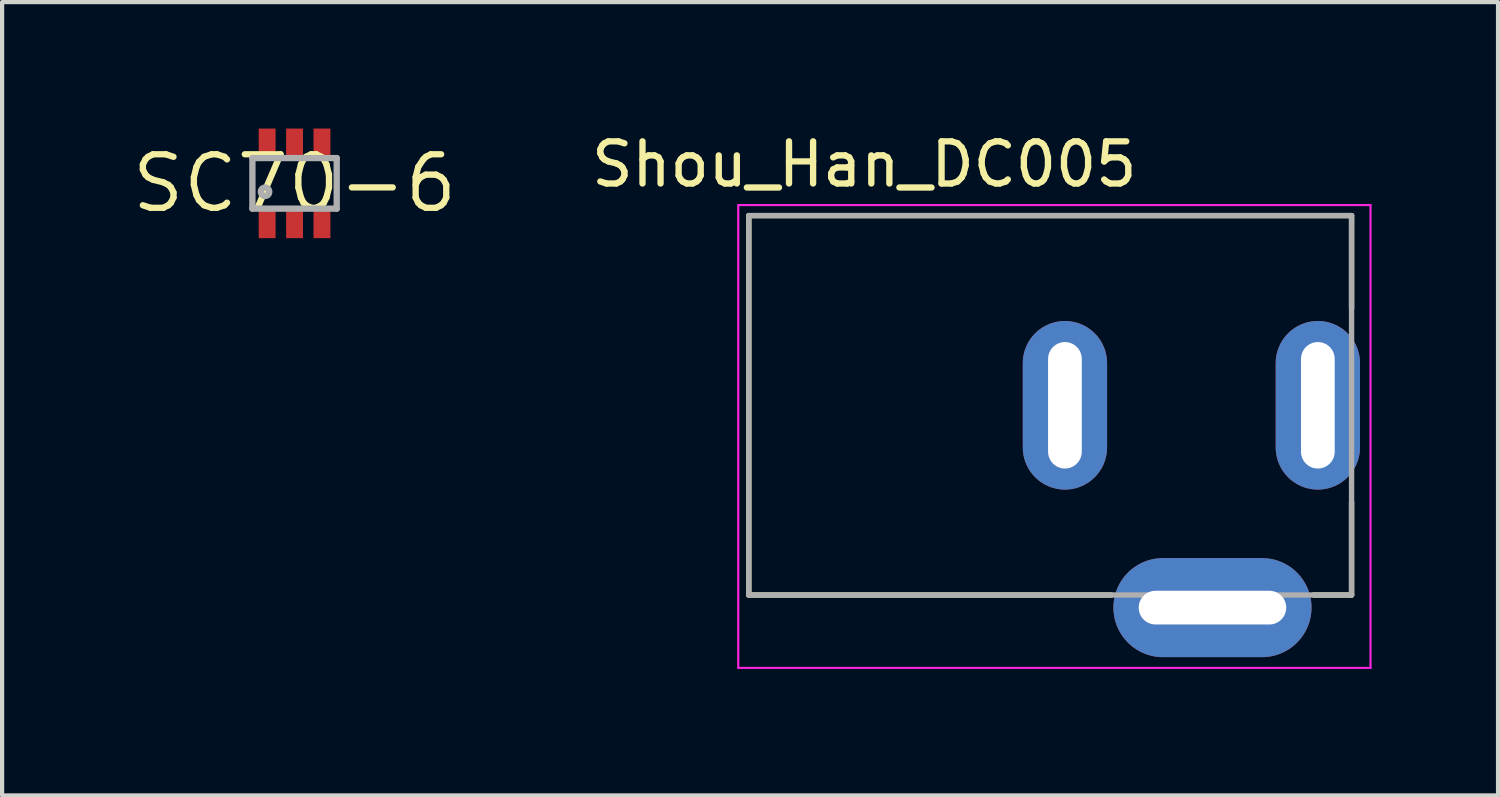
<source format=kicad_pcb>
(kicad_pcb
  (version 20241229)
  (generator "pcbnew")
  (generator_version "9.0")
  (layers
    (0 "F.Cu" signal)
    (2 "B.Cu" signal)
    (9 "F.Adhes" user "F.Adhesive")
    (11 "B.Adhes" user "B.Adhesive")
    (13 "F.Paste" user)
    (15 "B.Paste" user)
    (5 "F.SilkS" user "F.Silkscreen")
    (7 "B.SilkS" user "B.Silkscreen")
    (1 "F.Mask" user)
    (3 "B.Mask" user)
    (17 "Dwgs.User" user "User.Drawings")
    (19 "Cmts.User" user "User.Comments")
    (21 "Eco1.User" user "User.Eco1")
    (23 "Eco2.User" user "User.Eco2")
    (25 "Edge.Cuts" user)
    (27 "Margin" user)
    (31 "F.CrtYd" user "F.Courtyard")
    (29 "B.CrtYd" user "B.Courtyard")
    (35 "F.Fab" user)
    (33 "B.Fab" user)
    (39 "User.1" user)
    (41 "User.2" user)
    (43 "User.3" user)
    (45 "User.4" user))
  (footprint "Shou_Han_DC005"
    (layer "F.Cu")
    (at 25.714 6.565)
    (property "Reference" "Shou_Han_DC005" (at -8.26 -5.717 0) (layer "F.SilkS") (effects (font (size 1 1) (thickness 0.15))))
    (attr through_hole)
    (fp_line (start -11 -4.5) (end 3.3 -4.5) (stroke (width 0.127) (type solid)) (layer "F.SilkS"))
    (fp_line (start -11 4.5) (end -11 -4.5) (stroke (width 0.127) (type solid)) (layer "F.SilkS"))
    (fp_line (start -2.4 4.5) (end -11 4.5) (stroke (width 0.127) (type solid)) (layer "F.SilkS"))
    (fp_line (start 3.3 -4.5) (end 3.3 -2.3) (stroke (width 0.127) (type solid)) (layer "F.SilkS"))
    (fp_line (start 3.3 2.3) (end 3.3 4.5) (stroke (width 0.127) (type solid)) (layer "F.SilkS"))
    (fp_line (start 3.3 4.5) (end 2.4 4.5) (stroke (width 0.127) (type solid)) (layer "F.SilkS"))
    (fp_line (start -11.25 -4.75) (end 3.75 -4.75) (stroke (width 0.05) (type solid)) (layer "F.CrtYd"))
    (fp_line (start -11.25 6.23) (end -11.25 -4.75) (stroke (width 0.05) (type solid)) (layer "F.CrtYd"))
    (fp_line (start 3.75 -4.75) (end 3.75 6.23) (stroke (width 0.05) (type solid)) (layer "F.CrtYd"))
    (fp_line (start 3.75 6.23) (end -11.25 6.23) (stroke (width 0.05) (type solid)) (layer "F.CrtYd"))
    (fp_line (start -11 -4.5) (end 3.3 -4.5) (stroke (width 0.127) (type solid)) (layer "F.Fab"))
    (fp_line (start -11 4.5) (end -11 -4.5) (stroke (width 0.127) (type solid)) (layer "F.Fab"))
    (fp_line (start 3.3 -4.5) (end 3.3 4.5) (stroke (width 0.127) (type solid)) (layer "F.Fab"))
    (fp_line (start 3.3 4.5) (end -11 4.5) (stroke (width 0.127) (type solid)) (layer "F.Fab"))
    (pad "2" thru_hole oval (at 0 4.8) (size 4.7 2.35) (drill oval 3.5 0.8) (layers "*.Cu" "*.Mask"))
    (pad "3" thru_hole oval (at -3.5 0) (size 2 4) (drill oval 0.8 3) (layers "*.Cu" "*.Mask"))
    (pad "4" thru_hole oval (at 2.5 0) (size 2 4) (drill oval 0.8 3) (layers "*.Cu" "*.Mask")))
  (footprint "SC70-6"
    (layer "F.Cu")
    (at 3.938 1.3)
    (property "Reference" "SC70-6" (at 0 0 0) (layer "F.SilkS") (effects (font (size 1.27 1.27) (thickness 0.15))))
    (attr through_hole)
    (fp_line (start -1 -0.6) (end 1 -0.6) (stroke (width 0.15) (type solid)) (layer "F.Fab"))
    (fp_line (start -1 0.6) (end -1 -0.6) (stroke (width 0.15) (type solid)) (layer "F.Fab"))
    (fp_line (start 1 -0.6) (end 1 0.6) (stroke (width 0.15) (type solid)) (layer "F.Fab"))
    (fp_line (start 1 0.6) (end -1 0.6) (stroke (width 0.15) (type solid)) (layer "F.Fab"))
    (fp_circle (center -0.7 0.2) (end -0.7 0.3) (stroke (width 0.15) (type solid)) (fill no) (layer "F.Fab"))
    (pad "1" smd rect (at -0.65 0.95) (size 0.4 0.7) (layers "F.Cu" "F.Mask" "F.Paste"))
    (pad "2" smd rect (at 0 0.95) (size 0.4 0.7) (layers "F.Cu" "F.Mask" "F.Paste"))
    (pad "3" smd rect (at 0.65 0.95) (size 0.4 0.7) (layers "F.Cu" "F.Mask" "F.Paste"))
    (pad "4" smd rect (at 0.65 -0.95) (size 0.4 0.7) (layers "F.Cu" "F.Mask" "F.Paste"))
    (pad "5" smd rect (at 0 -0.95) (size 0.4 0.7) (layers "F.Cu" "F.Mask" "F.Paste"))
    (pad "6" smd rect (at -0.65 -0.95) (size 0.4 0.7) (layers "F.Cu" "F.Mask" "F.Paste")))
  (gr_rect
    (start -3 -3)
    (end 32.489 15.82)
    (stroke (width 0.1) (type default))
    (fill no)
    (layer "Edge.Cuts")))
</source>
